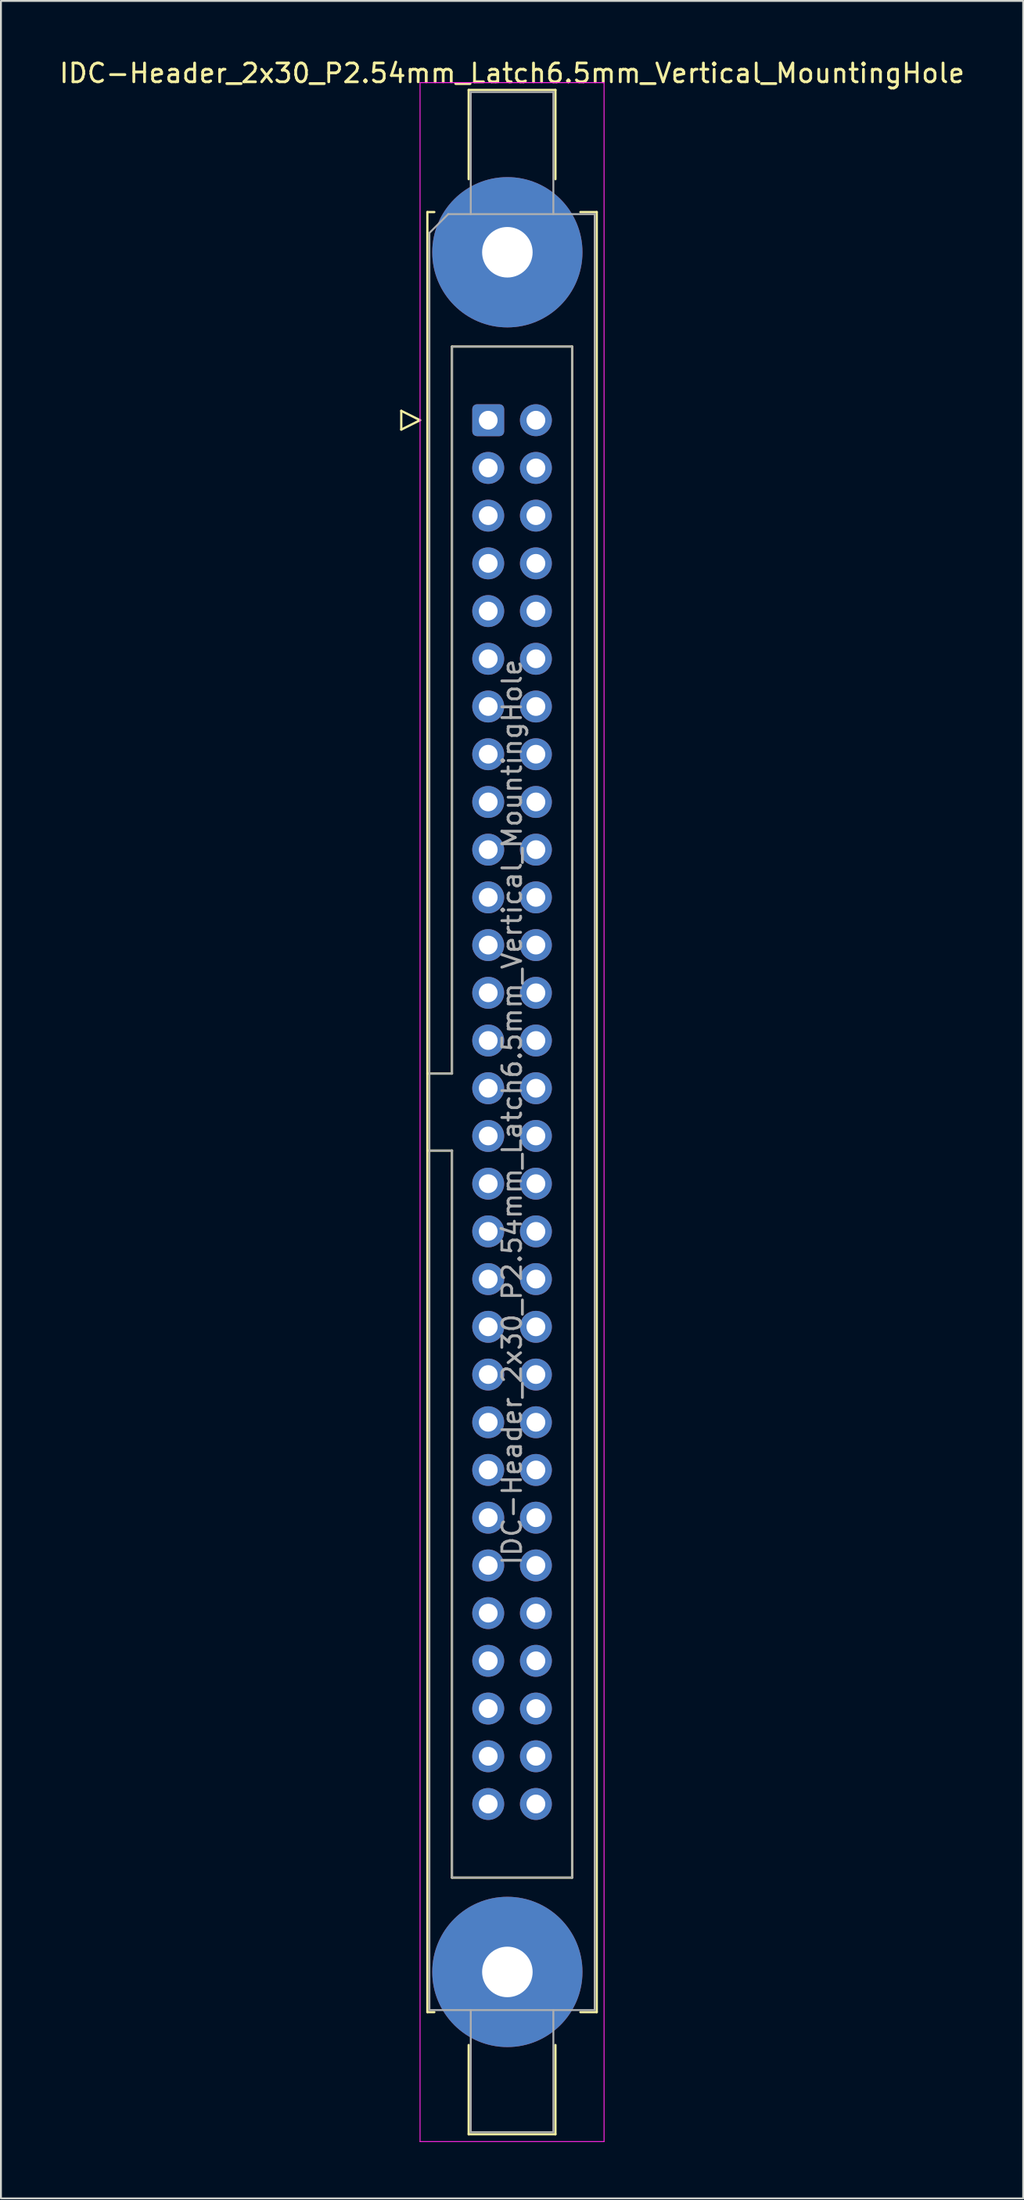
<source format=kicad_pcb>
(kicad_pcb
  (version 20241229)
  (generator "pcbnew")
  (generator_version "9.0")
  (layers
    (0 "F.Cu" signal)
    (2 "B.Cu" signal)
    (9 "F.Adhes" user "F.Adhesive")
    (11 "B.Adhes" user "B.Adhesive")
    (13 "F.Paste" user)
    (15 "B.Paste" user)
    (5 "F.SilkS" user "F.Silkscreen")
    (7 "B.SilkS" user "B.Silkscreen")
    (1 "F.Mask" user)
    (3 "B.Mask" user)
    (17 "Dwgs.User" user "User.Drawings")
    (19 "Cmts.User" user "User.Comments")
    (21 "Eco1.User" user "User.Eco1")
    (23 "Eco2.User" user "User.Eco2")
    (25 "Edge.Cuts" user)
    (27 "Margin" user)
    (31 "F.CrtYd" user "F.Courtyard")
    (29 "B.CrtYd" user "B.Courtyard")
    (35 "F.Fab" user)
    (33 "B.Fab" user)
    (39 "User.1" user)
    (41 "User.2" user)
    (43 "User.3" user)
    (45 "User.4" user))
  (footprint "IDC-Header_2x30_P2.54mm_Latch6.5mm_Vertical_MountingHole"
    (layer "F.Cu")
    (at 22.95 19.318)
    (property "Reference" "IDC-Header_2x30_P2.54mm_Latch6.5mm_Vertical_MountingHole" (at 1.27 -18.47 0) (layer "F.SilkS") (effects (font (size 1 1) (thickness 0.15))))
    (attr through_hole)
    (fp_line (start -4.63 -0.5) (end -4.63 0.5) (stroke (width 0.12) (type solid)) (layer "F.SilkS"))
    (fp_line (start -4.63 0.5) (end -3.63 0) (stroke (width 0.12) (type solid)) (layer "F.SilkS"))
    (fp_line (start -3.63 0) (end -4.63 -0.5) (stroke (width 0.12) (type solid)) (layer "F.SilkS"))
    (fp_line (start -3.24 -11.08) (end -3.24 84.74) (stroke (width 0.12) (type solid)) (layer "F.SilkS"))
    (fp_line (start -3.24 34.78) (end -1.93 34.78) (stroke (width 0.12) (type solid)) (layer "F.SilkS"))
    (fp_line (start -3.24 84.74) (end -2.87 84.74) (stroke (width 0.12) (type solid)) (layer "F.SilkS"))
    (fp_line (start -2.87 -11.08) (end -3.24 -11.08) (stroke (width 0.12) (type solid)) (layer "F.SilkS"))
    (fp_line (start -1.93 -3.92) (end 4.47 -3.92) (stroke (width 0.12) (type solid)) (layer "F.SilkS"))
    (fp_line (start -1.93 34.78) (end -1.93 -3.92) (stroke (width 0.12) (type solid)) (layer "F.SilkS"))
    (fp_line (start -1.93 38.88) (end -3.24 38.88) (stroke (width 0.12) (type solid)) (layer "F.SilkS"))
    (fp_line (start -1.93 38.88) (end -1.93 38.88) (stroke (width 0.12) (type solid)) (layer "F.SilkS"))
    (fp_line (start -1.93 77.58) (end -1.93 38.88) (stroke (width 0.12) (type solid)) (layer "F.SilkS"))
    (fp_line (start -1.04 -17.58) (end 3.58 -17.58) (stroke (width 0.12) (type solid)) (layer "F.SilkS"))
    (fp_line (start -1.04 -12.83) (end -1.04 -17.58) (stroke (width 0.12) (type solid)) (layer "F.SilkS"))
    (fp_line (start -1.04 86.49) (end -1.04 91.24) (stroke (width 0.12) (type solid)) (layer "F.SilkS"))
    (fp_line (start -1.04 91.24) (end 3.58 91.24) (stroke (width 0.12) (type solid)) (layer "F.SilkS"))
    (fp_line (start 3.58 -17.58) (end 3.58 -12.83) (stroke (width 0.12) (type solid)) (layer "F.SilkS"))
    (fp_line (start 3.58 91.24) (end 3.58 86.49) (stroke (width 0.12) (type solid)) (layer "F.SilkS"))
    (fp_line (start 4.47 -3.92) (end 4.47 77.58) (stroke (width 0.12) (type solid)) (layer "F.SilkS"))
    (fp_line (start 4.47 77.58) (end -1.93 77.58) (stroke (width 0.12) (type solid)) (layer "F.SilkS"))
    (fp_line (start 4.91 -11.08) (end 5.78 -11.08) (stroke (width 0.12) (type solid)) (layer "F.SilkS"))
    (fp_line (start 5.78 -11.08) (end 5.78 84.74) (stroke (width 0.12) (type solid)) (layer "F.SilkS"))
    (fp_line (start 5.78 84.74) (end 4.91 84.74) (stroke (width 0.12) (type solid)) (layer "F.SilkS"))
    (fp_line (start -3.63 -17.97) (end -3.63 91.63) (stroke (width 0.05) (type solid)) (layer "F.CrtYd"))
    (fp_line (start -3.63 91.63) (end 6.17 91.63) (stroke (width 0.05) (type solid)) (layer "F.CrtYd"))
    (fp_line (start 6.17 -17.97) (end -3.63 -17.97) (stroke (width 0.05) (type solid)) (layer "F.CrtYd"))
    (fp_line (start 6.17 91.63) (end 6.17 -17.97) (stroke (width 0.05) (type solid)) (layer "F.CrtYd"))
    (fp_line (start -3.13 -9.97) (end -2.13 -10.97) (stroke (width 0.1) (type solid)) (layer "F.Fab"))
    (fp_line (start -3.13 34.78) (end -1.93 34.78) (stroke (width 0.1) (type solid)) (layer "F.Fab"))
    (fp_line (start -3.13 84.63) (end -3.13 -9.97) (stroke (width 0.1) (type solid)) (layer "F.Fab"))
    (fp_line (start -2.13 -10.97) (end 5.67 -10.97) (stroke (width 0.1) (type solid)) (layer "F.Fab"))
    (fp_line (start -1.93 -3.92) (end 4.47 -3.92) (stroke (width 0.1) (type solid)) (layer "F.Fab"))
    (fp_line (start -1.93 34.78) (end -1.93 -3.92) (stroke (width 0.1) (type solid)) (layer "F.Fab"))
    (fp_line (start -1.93 38.88) (end -3.13 38.88) (stroke (width 0.1) (type solid)) (layer "F.Fab"))
    (fp_line (start -1.93 38.88) (end -1.93 38.88) (stroke (width 0.1) (type solid)) (layer "F.Fab"))
    (fp_line (start -1.93 77.58) (end -1.93 38.88) (stroke (width 0.1) (type solid)) (layer "F.Fab"))
    (fp_line (start -0.93 -17.47) (end 3.47 -17.47) (stroke (width 0.1) (type solid)) (layer "F.Fab"))
    (fp_line (start -0.93 -10.97) (end -0.93 -17.47) (stroke (width 0.1) (type solid)) (layer "F.Fab"))
    (fp_line (start -0.93 84.63) (end -0.93 91.13) (stroke (width 0.1) (type solid)) (layer "F.Fab"))
    (fp_line (start -0.93 91.13) (end 3.47 91.13) (stroke (width 0.1) (type solid)) (layer "F.Fab"))
    (fp_line (start 3.47 -17.47) (end 3.47 -10.97) (stroke (width 0.1) (type solid)) (layer "F.Fab"))
    (fp_line (start 3.47 91.13) (end 3.47 84.63) (stroke (width 0.1) (type solid)) (layer "F.Fab"))
    (fp_line (start 4.47 -3.92) (end 4.47 77.58) (stroke (width 0.1) (type solid)) (layer "F.Fab"))
    (fp_line (start 4.47 77.58) (end -1.93 77.58) (stroke (width 0.1) (type solid)) (layer "F.Fab"))
    (fp_line (start 5.67 -10.97) (end 5.67 84.63) (stroke (width 0.1) (type solid)) (layer "F.Fab"))
    (fp_line (start 5.67 84.63) (end -3.13 84.63) (stroke (width 0.1) (type solid)) (layer "F.Fab"))
    (fp_text user "${REFERENCE}" (at 1.27 36.83 90) (layer "F.Fab") (effects (font (size 1 1) (thickness 0.15))))
    (pad "" thru_hole circle (at 1.02 -8.94) (size 8 8) (drill 2.69) (layers "*.Cu" "*.Mask"))
    (pad "" thru_hole circle (at 1.02 82.6) (size 8 8) (drill 2.69) (layers "*.Cu" "*.Mask"))
    (pad "1" thru_hole roundrect (at 0 0) (size 1.7 1.7) (drill 1) (layers "*.Cu" "*.Mask") (roundrect_rratio 0.147))
    (pad "2" thru_hole circle (at 2.54 0) (size 1.7 1.7) (drill 1) (layers "*.Cu" "*.Mask"))
    (pad "3" thru_hole circle (at 0 2.54) (size 1.7 1.7) (drill 1) (layers "*.Cu" "*.Mask"))
    (pad "4" thru_hole circle (at 2.54 2.54) (size 1.7 1.7) (drill 1) (layers "*.Cu" "*.Mask"))
    (pad "5" thru_hole circle (at 0 5.08) (size 1.7 1.7) (drill 1) (layers "*.Cu" "*.Mask"))
    (pad "6" thru_hole circle (at 2.54 5.08) (size 1.7 1.7) (drill 1) (layers "*.Cu" "*.Mask"))
    (pad "7" thru_hole circle (at 0 7.62) (size 1.7 1.7) (drill 1) (layers "*.Cu" "*.Mask"))
    (pad "8" thru_hole circle (at 2.54 7.62) (size 1.7 1.7) (drill 1) (layers "*.Cu" "*.Mask"))
    (pad "9" thru_hole circle (at 0 10.16) (size 1.7 1.7) (drill 1) (layers "*.Cu" "*.Mask"))
    (pad "10" thru_hole circle (at 2.54 10.16) (size 1.7 1.7) (drill 1) (layers "*.Cu" "*.Mask"))
    (pad "11" thru_hole circle (at 0 12.7) (size 1.7 1.7) (drill 1) (layers "*.Cu" "*.Mask"))
    (pad "12" thru_hole circle (at 2.54 12.7) (size 1.7 1.7) (drill 1) (layers "*.Cu" "*.Mask"))
    (pad "13" thru_hole circle (at 0 15.24) (size 1.7 1.7) (drill 1) (layers "*.Cu" "*.Mask"))
    (pad "14" thru_hole circle (at 2.54 15.24) (size 1.7 1.7) (drill 1) (layers "*.Cu" "*.Mask"))
    (pad "15" thru_hole circle (at 0 17.78) (size 1.7 1.7) (drill 1) (layers "*.Cu" "*.Mask"))
    (pad "16" thru_hole circle (at 2.54 17.78) (size 1.7 1.7) (drill 1) (layers "*.Cu" "*.Mask"))
    (pad "17" thru_hole circle (at 0 20.32) (size 1.7 1.7) (drill 1) (layers "*.Cu" "*.Mask"))
    (pad "18" thru_hole circle (at 2.54 20.32) (size 1.7 1.7) (drill 1) (layers "*.Cu" "*.Mask"))
    (pad "19" thru_hole circle (at 0 22.86) (size 1.7 1.7) (drill 1) (layers "*.Cu" "*.Mask"))
    (pad "20" thru_hole circle (at 2.54 22.86) (size 1.7 1.7) (drill 1) (layers "*.Cu" "*.Mask"))
    (pad "21" thru_hole circle (at 0 25.4) (size 1.7 1.7) (drill 1) (layers "*.Cu" "*.Mask"))
    (pad "22" thru_hole circle (at 2.54 25.4) (size 1.7 1.7) (drill 1) (layers "*.Cu" "*.Mask"))
    (pad "23" thru_hole circle (at 0 27.94) (size 1.7 1.7) (drill 1) (layers "*.Cu" "*.Mask"))
    (pad "24" thru_hole circle (at 2.54 27.94) (size 1.7 1.7) (drill 1) (layers "*.Cu" "*.Mask"))
    (pad "25" thru_hole circle (at 0 30.48) (size 1.7 1.7) (drill 1) (layers "*.Cu" "*.Mask"))
    (pad "26" thru_hole circle (at 2.54 30.48) (size 1.7 1.7) (drill 1) (layers "*.Cu" "*.Mask"))
    (pad "27" thru_hole circle (at 0 33.02) (size 1.7 1.7) (drill 1) (layers "*.Cu" "*.Mask"))
    (pad "28" thru_hole circle (at 2.54 33.02) (size 1.7 1.7) (drill 1) (layers "*.Cu" "*.Mask"))
    (pad "29" thru_hole circle (at 0 35.56) (size 1.7 1.7) (drill 1) (layers "*.Cu" "*.Mask"))
    (pad "30" thru_hole circle (at 2.54 35.56) (size 1.7 1.7) (drill 1) (layers "*.Cu" "*.Mask"))
    (pad "31" thru_hole circle (at 0 38.1) (size 1.7 1.7) (drill 1) (layers "*.Cu" "*.Mask"))
    (pad "32" thru_hole circle (at 2.54 38.1) (size 1.7 1.7) (drill 1) (layers "*.Cu" "*.Mask"))
    (pad "33" thru_hole circle (at 0 40.64) (size 1.7 1.7) (drill 1) (layers "*.Cu" "*.Mask"))
    (pad "34" thru_hole circle (at 2.54 40.64) (size 1.7 1.7) (drill 1) (layers "*.Cu" "*.Mask"))
    (pad "35" thru_hole circle (at 0 43.18) (size 1.7 1.7) (drill 1) (layers "*.Cu" "*.Mask"))
    (pad "36" thru_hole circle (at 2.54 43.18) (size 1.7 1.7) (drill 1) (layers "*.Cu" "*.Mask"))
    (pad "37" thru_hole circle (at 0 45.72) (size 1.7 1.7) (drill 1) (layers "*.Cu" "*.Mask"))
    (pad "38" thru_hole circle (at 2.54 45.72) (size 1.7 1.7) (drill 1) (layers "*.Cu" "*.Mask"))
    (pad "39" thru_hole circle (at 0 48.26) (size 1.7 1.7) (drill 1) (layers "*.Cu" "*.Mask"))
    (pad "40" thru_hole circle (at 2.54 48.26) (size 1.7 1.7) (drill 1) (layers "*.Cu" "*.Mask"))
    (pad "41" thru_hole circle (at 0 50.8) (size 1.7 1.7) (drill 1) (layers "*.Cu" "*.Mask"))
    (pad "42" thru_hole circle (at 2.54 50.8) (size 1.7 1.7) (drill 1) (layers "*.Cu" "*.Mask"))
    (pad "43" thru_hole circle (at 0 53.34) (size 1.7 1.7) (drill 1) (layers "*.Cu" "*.Mask"))
    (pad "44" thru_hole circle (at 2.54 53.34) (size 1.7 1.7) (drill 1) (layers "*.Cu" "*.Mask"))
    (pad "45" thru_hole circle (at 0 55.88) (size 1.7 1.7) (drill 1) (layers "*.Cu" "*.Mask"))
    (pad "46" thru_hole circle (at 2.54 55.88) (size 1.7 1.7) (drill 1) (layers "*.Cu" "*.Mask"))
    (pad "47" thru_hole circle (at 0 58.42) (size 1.7 1.7) (drill 1) (layers "*.Cu" "*.Mask"))
    (pad "48" thru_hole circle (at 2.54 58.42) (size 1.7 1.7) (drill 1) (layers "*.Cu" "*.Mask"))
    (pad "49" thru_hole circle (at 0 60.96) (size 1.7 1.7) (drill 1) (layers "*.Cu" "*.Mask"))
    (pad "50" thru_hole circle (at 2.54 60.96) (size 1.7 1.7) (drill 1) (layers "*.Cu" "*.Mask"))
    (pad "51" thru_hole circle (at 0 63.5) (size 1.7 1.7) (drill 1) (layers "*.Cu" "*.Mask"))
    (pad "52" thru_hole circle (at 2.54 63.5) (size 1.7 1.7) (drill 1) (layers "*.Cu" "*.Mask"))
    (pad "53" thru_hole circle (at 0 66.04) (size 1.7 1.7) (drill 1) (layers "*.Cu" "*.Mask"))
    (pad "54" thru_hole circle (at 2.54 66.04) (size 1.7 1.7) (drill 1) (layers "*.Cu" "*.Mask"))
    (pad "55" thru_hole circle (at 0 68.58) (size 1.7 1.7) (drill 1) (layers "*.Cu" "*.Mask"))
    (pad "56" thru_hole circle (at 2.54 68.58) (size 1.7 1.7) (drill 1) (layers "*.Cu" "*.Mask"))
    (pad "57" thru_hole circle (at 0 71.12) (size 1.7 1.7) (drill 1) (layers "*.Cu" "*.Mask"))
    (pad "58" thru_hole circle (at 2.54 71.12) (size 1.7 1.7) (drill 1) (layers "*.Cu" "*.Mask"))
    (pad "59" thru_hole circle (at 0 73.66) (size 1.7 1.7) (drill 1) (layers "*.Cu" "*.Mask"))
    (pad "60" thru_hole circle (at 2.54 73.66) (size 1.7 1.7) (drill 1) (layers "*.Cu" "*.Mask")))
  (gr_rect
    (start -3 -3)
    (end 51.44 113.973)
    (stroke (width 0.1) (type default))
    (fill no)
    (layer "Edge.Cuts")))
</source>
